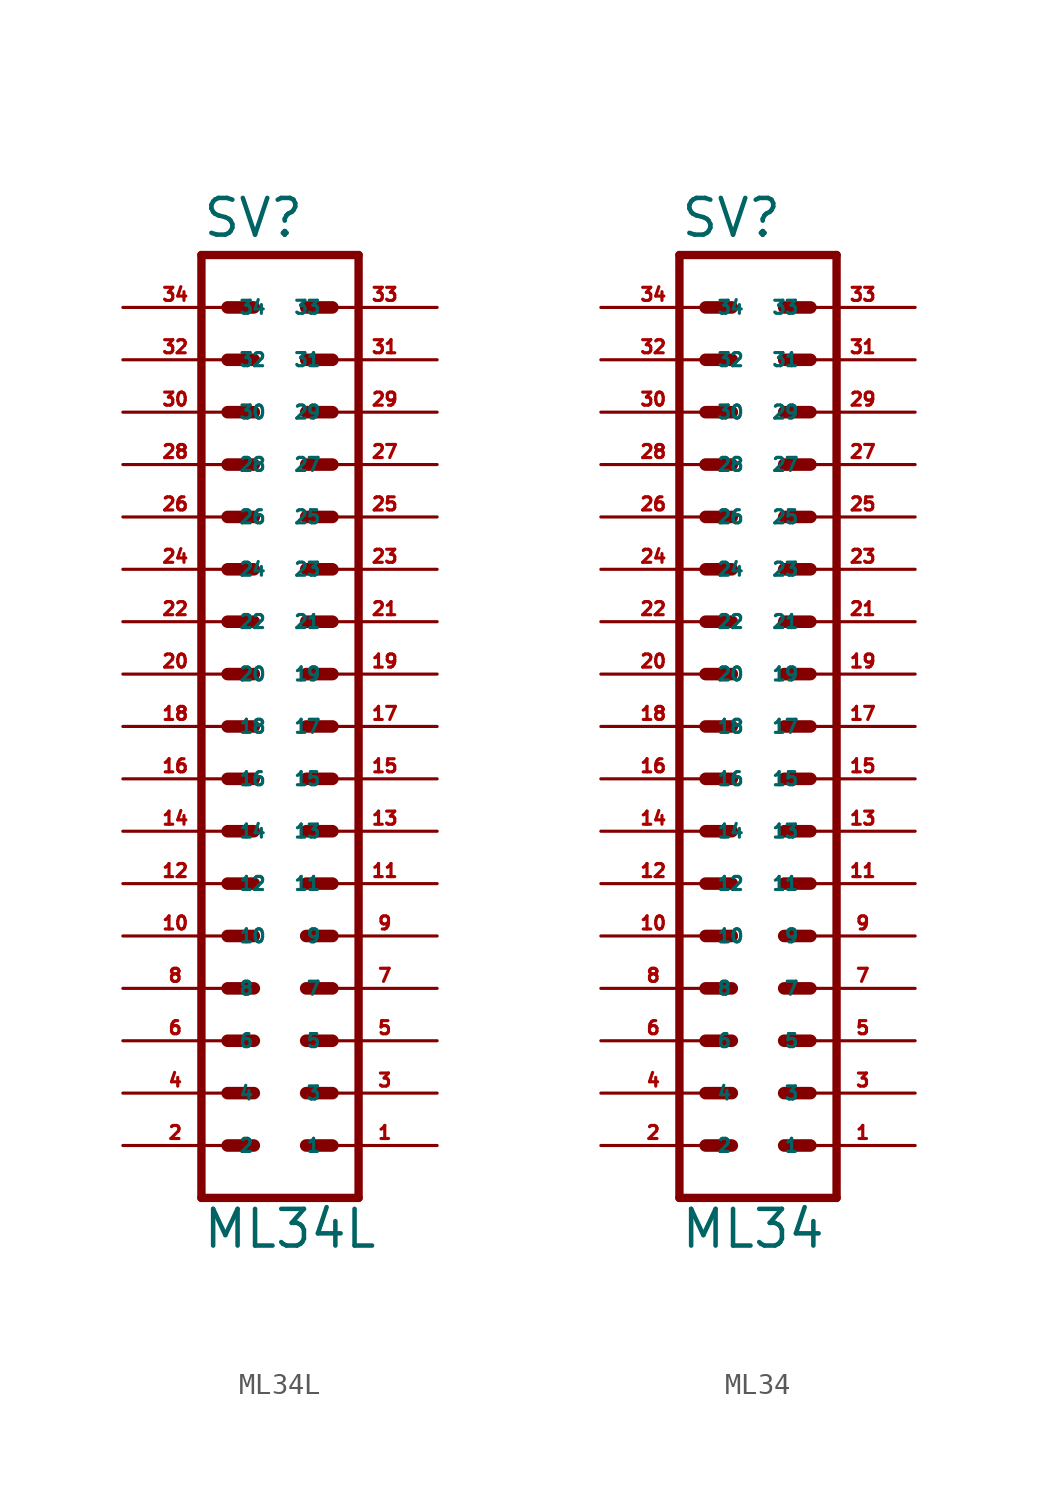
<source format=kicad_sym>
(kicad_symbol_lib
  (version 20220914)
  (generator Eagle2Kicad)
  (symbol "ML34L"
    (property "Reference" "SV"
      (at -3.81 23.622 0)
      (effects (font (size 1.778 1.778) (thickness 0.22)) (justify left bottom)))
    (property "Value" "ML34L"
      (at -3.81 -25.4 0)
      (effects (font (size 1.778 1.778) (thickness 0.22)) (justify left bottom)))
    (polyline
      (pts (xy 3.81 -22.86) (xy -3.81 -22.86))
      (stroke (width 0.406) (type default))
      (fill (type none)))
    (polyline
      (pts (xy -3.81 22.86) (xy -3.81 -22.86))
      (stroke (width 0.406) (type default))
      (fill (type none)))
    (polyline
      (pts (xy -3.81 22.86) (xy 3.81 22.86))
      (stroke (width 0.406) (type default))
      (fill (type none)))
    (polyline
      (pts (xy 3.81 -22.86) (xy 3.81 22.86))
      (stroke (width 0.406) (type default))
      (fill (type none)))
    (polyline
      (pts (xy 1.27 -10.16) (xy 2.54 -10.16))
      (stroke (width 0.61) (type default))
      (fill (type none)))
    (polyline
      (pts (xy 1.27 -12.7) (xy 2.54 -12.7))
      (stroke (width 0.61) (type default))
      (fill (type none)))
    (polyline
      (pts (xy 1.27 -15.24) (xy 2.54 -15.24))
      (stroke (width 0.61) (type default))
      (fill (type none)))
    (polyline
      (pts (xy 1.27 -17.78) (xy 2.54 -17.78))
      (stroke (width 0.61) (type default))
      (fill (type none)))
    (polyline
      (pts (xy 1.27 -20.32) (xy 2.54 -20.32))
      (stroke (width 0.61) (type default))
      (fill (type none)))
    (polyline
      (pts (xy -2.54 -10.16) (xy -1.27 -10.16))
      (stroke (width 0.61) (type default))
      (fill (type none)))
    (polyline
      (pts (xy -2.54 -12.7) (xy -1.27 -12.7))
      (stroke (width 0.61) (type default))
      (fill (type none)))
    (polyline
      (pts (xy -2.54 -15.24) (xy -1.27 -15.24))
      (stroke (width 0.61) (type default))
      (fill (type none)))
    (polyline
      (pts (xy -2.54 -17.78) (xy -1.27 -17.78))
      (stroke (width 0.61) (type default))
      (fill (type none)))
    (polyline
      (pts (xy -2.54 -20.32) (xy -1.27 -20.32))
      (stroke (width 0.61) (type default))
      (fill (type none)))
    (polyline
      (pts (xy 1.27 -7.62) (xy 2.54 -7.62))
      (stroke (width 0.61) (type default))
      (fill (type none)))
    (polyline
      (pts (xy 1.27 -5.08) (xy 2.54 -5.08))
      (stroke (width 0.61) (type default))
      (fill (type none)))
    (polyline
      (pts (xy 1.27 -2.54) (xy 2.54 -2.54))
      (stroke (width 0.61) (type default))
      (fill (type none)))
    (polyline
      (pts (xy 1.27 0) (xy 2.54 0))
      (stroke (width 0.61) (type default))
      (fill (type none)))
    (polyline
      (pts (xy 1.27 2.54) (xy 2.54 2.54))
      (stroke (width 0.61) (type default))
      (fill (type none)))
    (polyline
      (pts (xy -2.54 -7.62) (xy -1.27 -7.62))
      (stroke (width 0.61) (type default))
      (fill (type none)))
    (polyline
      (pts (xy -2.54 -5.08) (xy -1.27 -5.08))
      (stroke (width 0.61) (type default))
      (fill (type none)))
    (polyline
      (pts (xy -2.54 -2.54) (xy -1.27 -2.54))
      (stroke (width 0.61) (type default))
      (fill (type none)))
    (polyline
      (pts (xy -2.54 0) (xy -1.27 0))
      (stroke (width 0.61) (type default))
      (fill (type none)))
    (polyline
      (pts (xy -2.54 2.54) (xy -1.27 2.54))
      (stroke (width 0.61) (type default))
      (fill (type none)))
    (polyline
      (pts (xy 1.27 5.08) (xy 2.54 5.08))
      (stroke (width 0.61) (type default))
      (fill (type none)))
    (polyline
      (pts (xy 1.27 7.62) (xy 2.54 7.62))
      (stroke (width 0.61) (type default))
      (fill (type none)))
    (polyline
      (pts (xy 1.27 10.16) (xy 2.54 10.16))
      (stroke (width 0.61) (type default))
      (fill (type none)))
    (polyline
      (pts (xy -2.54 5.08) (xy -1.27 5.08))
      (stroke (width 0.61) (type default))
      (fill (type none)))
    (polyline
      (pts (xy -2.54 7.62) (xy -1.27 7.62))
      (stroke (width 0.61) (type default))
      (fill (type none)))
    (polyline
      (pts (xy -2.54 10.16) (xy -1.27 10.16))
      (stroke (width 0.61) (type default))
      (fill (type none)))
    (polyline
      (pts (xy 1.27 12.7) (xy 2.54 12.7))
      (stroke (width 0.61) (type default))
      (fill (type none)))
    (polyline
      (pts (xy 1.27 15.24) (xy 2.54 15.24))
      (stroke (width 0.61) (type default))
      (fill (type none)))
    (polyline
      (pts (xy 1.27 17.78) (xy 2.54 17.78))
      (stroke (width 0.61) (type default))
      (fill (type none)))
    (polyline
      (pts (xy 1.27 20.32) (xy 2.54 20.32))
      (stroke (width 0.61) (type default))
      (fill (type none)))
    (polyline
      (pts (xy -2.54 12.7) (xy -1.27 12.7))
      (stroke (width 0.61) (type default))
      (fill (type none)))
    (polyline
      (pts (xy -2.54 15.24) (xy -1.27 15.24))
      (stroke (width 0.61) (type default))
      (fill (type none)))
    (polyline
      (pts (xy -2.54 17.78) (xy -1.27 17.78))
      (stroke (width 0.61) (type default))
      (fill (type none)))
    (polyline
      (pts (xy -2.54 20.32) (xy -1.27 20.32))
      (stroke (width 0.61) (type default))
      (fill (type none)))
    (pin passive line
      (at 7.62 -20.32 180)
      (length 5.08)
      (name "1" (effects (font (size 0.635 0.635) (thickness 0.08)) (justify left bottom)))
      (number "1" (effects (font (size 0.635 0.635) (thickness 0.08)) (justify left bottom))))
    (pin passive line
      (at 7.62 -17.78 180)
      (length 5.08)
      (name "3" (effects (font (size 0.635 0.635) (thickness 0.08)) (justify left bottom)))
      (number "3" (effects (font (size 0.635 0.635) (thickness 0.08)) (justify left bottom))))
    (pin passive line
      (at 7.62 -15.24 180)
      (length 5.08)
      (name "5" (effects (font (size 0.635 0.635) (thickness 0.08)) (justify left bottom)))
      (number "5" (effects (font (size 0.635 0.635) (thickness 0.08)) (justify left bottom))))
    (pin passive line
      (at 7.62 -12.7 180)
      (length 5.08)
      (name "7" (effects (font (size 0.635 0.635) (thickness 0.08)) (justify left bottom)))
      (number "7" (effects (font (size 0.635 0.635) (thickness 0.08)) (justify left bottom))))
    (pin passive line
      (at 7.62 -10.16 180)
      (length 5.08)
      (name "9" (effects (font (size 0.635 0.635) (thickness 0.08)) (justify left bottom)))
      (number "9" (effects (font (size 0.635 0.635) (thickness 0.08)) (justify left bottom))))
    (pin passive line
      (at 7.62 -7.62 180)
      (length 5.08)
      (name "11" (effects (font (size 0.635 0.635) (thickness 0.08)) (justify left bottom)))
      (number "11" (effects (font (size 0.635 0.635) (thickness 0.08)) (justify left bottom))))
    (pin passive line
      (at 7.62 -5.08 180)
      (length 5.08)
      (name "13" (effects (font (size 0.635 0.635) (thickness 0.08)) (justify left bottom)))
      (number "13" (effects (font (size 0.635 0.635) (thickness 0.08)) (justify left bottom))))
    (pin passive line
      (at 7.62 -2.54 180)
      (length 5.08)
      (name "15" (effects (font (size 0.635 0.635) (thickness 0.08)) (justify left bottom)))
      (number "15" (effects (font (size 0.635 0.635) (thickness 0.08)) (justify left bottom))))
    (pin passive line
      (at 7.62 0 180)
      (length 5.08)
      (name "17" (effects (font (size 0.635 0.635) (thickness 0.08)) (justify left bottom)))
      (number "17" (effects (font (size 0.635 0.635) (thickness 0.08)) (justify left bottom))))
    (pin passive line
      (at 7.62 2.54 180)
      (length 5.08)
      (name "19" (effects (font (size 0.635 0.635) (thickness 0.08)) (justify left bottom)))
      (number "19" (effects (font (size 0.635 0.635) (thickness 0.08)) (justify left bottom))))
    (pin passive line
      (at 7.62 5.08 180)
      (length 5.08)
      (name "21" (effects (font (size 0.635 0.635) (thickness 0.08)) (justify left bottom)))
      (number "21" (effects (font (size 0.635 0.635) (thickness 0.08)) (justify left bottom))))
    (pin passive line
      (at 7.62 7.62 180)
      (length 5.08)
      (name "23" (effects (font (size 0.635 0.635) (thickness 0.08)) (justify left bottom)))
      (number "23" (effects (font (size 0.635 0.635) (thickness 0.08)) (justify left bottom))))
    (pin passive line
      (at 7.62 10.16 180)
      (length 5.08)
      (name "25" (effects (font (size 0.635 0.635) (thickness 0.08)) (justify left bottom)))
      (number "25" (effects (font (size 0.635 0.635) (thickness 0.08)) (justify left bottom))))
    (pin passive line
      (at 7.62 12.7 180)
      (length 5.08)
      (name "27" (effects (font (size 0.635 0.635) (thickness 0.08)) (justify left bottom)))
      (number "27" (effects (font (size 0.635 0.635) (thickness 0.08)) (justify left bottom))))
    (pin passive line
      (at 7.62 15.24 180)
      (length 5.08)
      (name "29" (effects (font (size 0.635 0.635) (thickness 0.08)) (justify left bottom)))
      (number "29" (effects (font (size 0.635 0.635) (thickness 0.08)) (justify left bottom))))
    (pin passive line
      (at 7.62 17.78 180)
      (length 5.08)
      (name "31" (effects (font (size 0.635 0.635) (thickness 0.08)) (justify left bottom)))
      (number "31" (effects (font (size 0.635 0.635) (thickness 0.08)) (justify left bottom))))
    (pin passive line
      (at 7.62 20.32 180)
      (length 5.08)
      (name "33" (effects (font (size 0.635 0.635) (thickness 0.08)) (justify left bottom)))
      (number "33" (effects (font (size 0.635 0.635) (thickness 0.08)) (justify left bottom))))
    (pin passive line
      (at -7.62 -20.32 0)
      (length 5.08)
      (name "2" (effects (font (size 0.635 0.635) (thickness 0.08)) (justify left bottom)))
      (number "2" (effects (font (size 0.635 0.635) (thickness 0.08)) (justify left bottom))))
    (pin passive line
      (at -7.62 -17.78 0)
      (length 5.08)
      (name "4" (effects (font (size 0.635 0.635) (thickness 0.08)) (justify left bottom)))
      (number "4" (effects (font (size 0.635 0.635) (thickness 0.08)) (justify left bottom))))
    (pin passive line
      (at -7.62 -15.24 0)
      (length 5.08)
      (name "6" (effects (font (size 0.635 0.635) (thickness 0.08)) (justify left bottom)))
      (number "6" (effects (font (size 0.635 0.635) (thickness 0.08)) (justify left bottom))))
    (pin passive line
      (at -7.62 -12.7 0)
      (length 5.08)
      (name "8" (effects (font (size 0.635 0.635) (thickness 0.08)) (justify left bottom)))
      (number "8" (effects (font (size 0.635 0.635) (thickness 0.08)) (justify left bottom))))
    (pin passive line
      (at -7.62 -10.16 0)
      (length 5.08)
      (name "10" (effects (font (size 0.635 0.635) (thickness 0.08)) (justify left bottom)))
      (number "10" (effects (font (size 0.635 0.635) (thickness 0.08)) (justify left bottom))))
    (pin passive line
      (at -7.62 -7.62 0)
      (length 5.08)
      (name "12" (effects (font (size 0.635 0.635) (thickness 0.08)) (justify left bottom)))
      (number "12" (effects (font (size 0.635 0.635) (thickness 0.08)) (justify left bottom))))
    (pin passive line
      (at -7.62 -5.08 0)
      (length 5.08)
      (name "14" (effects (font (size 0.635 0.635) (thickness 0.08)) (justify left bottom)))
      (number "14" (effects (font (size 0.635 0.635) (thickness 0.08)) (justify left bottom))))
    (pin passive line
      (at -7.62 -2.54 0)
      (length 5.08)
      (name "16" (effects (font (size 0.635 0.635) (thickness 0.08)) (justify left bottom)))
      (number "16" (effects (font (size 0.635 0.635) (thickness 0.08)) (justify left bottom))))
    (pin passive line
      (at -7.62 0 0)
      (length 5.08)
      (name "18" (effects (font (size 0.635 0.635) (thickness 0.08)) (justify left bottom)))
      (number "18" (effects (font (size 0.635 0.635) (thickness 0.08)) (justify left bottom))))
    (pin passive line
      (at -7.62 2.54 0)
      (length 5.08)
      (name "20" (effects (font (size 0.635 0.635) (thickness 0.08)) (justify left bottom)))
      (number "20" (effects (font (size 0.635 0.635) (thickness 0.08)) (justify left bottom))))
    (pin passive line
      (at -7.62 5.08 0)
      (length 5.08)
      (name "22" (effects (font (size 0.635 0.635) (thickness 0.08)) (justify left bottom)))
      (number "22" (effects (font (size 0.635 0.635) (thickness 0.08)) (justify left bottom))))
    (pin passive line
      (at -7.62 7.62 0)
      (length 5.08)
      (name "24" (effects (font (size 0.635 0.635) (thickness 0.08)) (justify left bottom)))
      (number "24" (effects (font (size 0.635 0.635) (thickness 0.08)) (justify left bottom))))
    (pin passive line
      (at -7.62 10.16 0)
      (length 5.08)
      (name "26" (effects (font (size 0.635 0.635) (thickness 0.08)) (justify left bottom)))
      (number "26" (effects (font (size 0.635 0.635) (thickness 0.08)) (justify left bottom))))
    (pin passive line
      (at -7.62 12.7 0)
      (length 5.08)
      (name "28" (effects (font (size 0.635 0.635) (thickness 0.08)) (justify left bottom)))
      (number "28" (effects (font (size 0.635 0.635) (thickness 0.08)) (justify left bottom))))
    (pin passive line
      (at -7.62 15.24 0)
      (length 5.08)
      (name "30" (effects (font (size 0.635 0.635) (thickness 0.08)) (justify left bottom)))
      (number "30" (effects (font (size 0.635 0.635) (thickness 0.08)) (justify left bottom))))
    (pin passive line
      (at -7.62 17.78 0)
      (length 5.08)
      (name "32" (effects (font (size 0.635 0.635) (thickness 0.08)) (justify left bottom)))
      (number "32" (effects (font (size 0.635 0.635) (thickness 0.08)) (justify left bottom))))
    (pin passive line
      (at -7.62 20.32 0)
      (length 5.08)
      (name "34" (effects (font (size 0.635 0.635) (thickness 0.08)) (justify left bottom)))
      (number "34" (effects (font (size 0.635 0.635) (thickness 0.08)) (justify left bottom)))))
  (symbol "ML34"
    (property "Reference" "SV"
      (at -3.81 23.622 0)
      (effects (font (size 1.778 1.778) (thickness 0.22)) (justify left bottom)))
    (property "Value" "ML34"
      (at -3.81 -25.4 0)
      (effects (font (size 1.778 1.778) (thickness 0.22)) (justify left bottom)))
    (polyline
      (pts (xy 3.81 -22.86) (xy -3.81 -22.86))
      (stroke (width 0.406) (type default))
      (fill (type none)))
    (polyline
      (pts (xy -3.81 22.86) (xy -3.81 -22.86))
      (stroke (width 0.406) (type default))
      (fill (type none)))
    (polyline
      (pts (xy -3.81 22.86) (xy 3.81 22.86))
      (stroke (width 0.406) (type default))
      (fill (type none)))
    (polyline
      (pts (xy 3.81 -22.86) (xy 3.81 22.86))
      (stroke (width 0.406) (type default))
      (fill (type none)))
    (polyline
      (pts (xy 1.27 -10.16) (xy 2.54 -10.16))
      (stroke (width 0.61) (type default))
      (fill (type none)))
    (polyline
      (pts (xy 1.27 -12.7) (xy 2.54 -12.7))
      (stroke (width 0.61) (type default))
      (fill (type none)))
    (polyline
      (pts (xy 1.27 -15.24) (xy 2.54 -15.24))
      (stroke (width 0.61) (type default))
      (fill (type none)))
    (polyline
      (pts (xy 1.27 -17.78) (xy 2.54 -17.78))
      (stroke (width 0.61) (type default))
      (fill (type none)))
    (polyline
      (pts (xy 1.27 -20.32) (xy 2.54 -20.32))
      (stroke (width 0.61) (type default))
      (fill (type none)))
    (polyline
      (pts (xy -2.54 -10.16) (xy -1.27 -10.16))
      (stroke (width 0.61) (type default))
      (fill (type none)))
    (polyline
      (pts (xy -2.54 -12.7) (xy -1.27 -12.7))
      (stroke (width 0.61) (type default))
      (fill (type none)))
    (polyline
      (pts (xy -2.54 -15.24) (xy -1.27 -15.24))
      (stroke (width 0.61) (type default))
      (fill (type none)))
    (polyline
      (pts (xy -2.54 -17.78) (xy -1.27 -17.78))
      (stroke (width 0.61) (type default))
      (fill (type none)))
    (polyline
      (pts (xy -2.54 -20.32) (xy -1.27 -20.32))
      (stroke (width 0.61) (type default))
      (fill (type none)))
    (polyline
      (pts (xy 1.27 -7.62) (xy 2.54 -7.62))
      (stroke (width 0.61) (type default))
      (fill (type none)))
    (polyline
      (pts (xy 1.27 -5.08) (xy 2.54 -5.08))
      (stroke (width 0.61) (type default))
      (fill (type none)))
    (polyline
      (pts (xy 1.27 -2.54) (xy 2.54 -2.54))
      (stroke (width 0.61) (type default))
      (fill (type none)))
    (polyline
      (pts (xy 1.27 0) (xy 2.54 0))
      (stroke (width 0.61) (type default))
      (fill (type none)))
    (polyline
      (pts (xy 1.27 2.54) (xy 2.54 2.54))
      (stroke (width 0.61) (type default))
      (fill (type none)))
    (polyline
      (pts (xy -2.54 -7.62) (xy -1.27 -7.62))
      (stroke (width 0.61) (type default))
      (fill (type none)))
    (polyline
      (pts (xy -2.54 -5.08) (xy -1.27 -5.08))
      (stroke (width 0.61) (type default))
      (fill (type none)))
    (polyline
      (pts (xy -2.54 -2.54) (xy -1.27 -2.54))
      (stroke (width 0.61) (type default))
      (fill (type none)))
    (polyline
      (pts (xy -2.54 0) (xy -1.27 0))
      (stroke (width 0.61) (type default))
      (fill (type none)))
    (polyline
      (pts (xy -2.54 2.54) (xy -1.27 2.54))
      (stroke (width 0.61) (type default))
      (fill (type none)))
    (polyline
      (pts (xy 1.27 5.08) (xy 2.54 5.08))
      (stroke (width 0.61) (type default))
      (fill (type none)))
    (polyline
      (pts (xy 1.27 7.62) (xy 2.54 7.62))
      (stroke (width 0.61) (type default))
      (fill (type none)))
    (polyline
      (pts (xy 1.27 10.16) (xy 2.54 10.16))
      (stroke (width 0.61) (type default))
      (fill (type none)))
    (polyline
      (pts (xy -2.54 5.08) (xy -1.27 5.08))
      (stroke (width 0.61) (type default))
      (fill (type none)))
    (polyline
      (pts (xy -2.54 7.62) (xy -1.27 7.62))
      (stroke (width 0.61) (type default))
      (fill (type none)))
    (polyline
      (pts (xy -2.54 10.16) (xy -1.27 10.16))
      (stroke (width 0.61) (type default))
      (fill (type none)))
    (polyline
      (pts (xy 1.27 12.7) (xy 2.54 12.7))
      (stroke (width 0.61) (type default))
      (fill (type none)))
    (polyline
      (pts (xy 1.27 15.24) (xy 2.54 15.24))
      (stroke (width 0.61) (type default))
      (fill (type none)))
    (polyline
      (pts (xy 1.27 17.78) (xy 2.54 17.78))
      (stroke (width 0.61) (type default))
      (fill (type none)))
    (polyline
      (pts (xy 1.27 20.32) (xy 2.54 20.32))
      (stroke (width 0.61) (type default))
      (fill (type none)))
    (polyline
      (pts (xy -2.54 12.7) (xy -1.27 12.7))
      (stroke (width 0.61) (type default))
      (fill (type none)))
    (polyline
      (pts (xy -2.54 15.24) (xy -1.27 15.24))
      (stroke (width 0.61) (type default))
      (fill (type none)))
    (polyline
      (pts (xy -2.54 17.78) (xy -1.27 17.78))
      (stroke (width 0.61) (type default))
      (fill (type none)))
    (polyline
      (pts (xy -2.54 20.32) (xy -1.27 20.32))
      (stroke (width 0.61) (type default))
      (fill (type none)))
    (pin passive line
      (at 7.62 -20.32 180)
      (length 5.08)
      (name "1" (effects (font (size 0.635 0.635) (thickness 0.08)) (justify left bottom)))
      (number "1" (effects (font (size 0.635 0.635) (thickness 0.08)) (justify left bottom))))
    (pin passive line
      (at 7.62 -17.78 180)
      (length 5.08)
      (name "3" (effects (font (size 0.635 0.635) (thickness 0.08)) (justify left bottom)))
      (number "3" (effects (font (size 0.635 0.635) (thickness 0.08)) (justify left bottom))))
    (pin passive line
      (at 7.62 -15.24 180)
      (length 5.08)
      (name "5" (effects (font (size 0.635 0.635) (thickness 0.08)) (justify left bottom)))
      (number "5" (effects (font (size 0.635 0.635) (thickness 0.08)) (justify left bottom))))
    (pin passive line
      (at 7.62 -12.7 180)
      (length 5.08)
      (name "7" (effects (font (size 0.635 0.635) (thickness 0.08)) (justify left bottom)))
      (number "7" (effects (font (size 0.635 0.635) (thickness 0.08)) (justify left bottom))))
    (pin passive line
      (at 7.62 -10.16 180)
      (length 5.08)
      (name "9" (effects (font (size 0.635 0.635) (thickness 0.08)) (justify left bottom)))
      (number "9" (effects (font (size 0.635 0.635) (thickness 0.08)) (justify left bottom))))
    (pin passive line
      (at 7.62 -7.62 180)
      (length 5.08)
      (name "11" (effects (font (size 0.635 0.635) (thickness 0.08)) (justify left bottom)))
      (number "11" (effects (font (size 0.635 0.635) (thickness 0.08)) (justify left bottom))))
    (pin passive line
      (at 7.62 -5.08 180)
      (length 5.08)
      (name "13" (effects (font (size 0.635 0.635) (thickness 0.08)) (justify left bottom)))
      (number "13" (effects (font (size 0.635 0.635) (thickness 0.08)) (justify left bottom))))
    (pin passive line
      (at 7.62 -2.54 180)
      (length 5.08)
      (name "15" (effects (font (size 0.635 0.635) (thickness 0.08)) (justify left bottom)))
      (number "15" (effects (font (size 0.635 0.635) (thickness 0.08)) (justify left bottom))))
    (pin passive line
      (at 7.62 0 180)
      (length 5.08)
      (name "17" (effects (font (size 0.635 0.635) (thickness 0.08)) (justify left bottom)))
      (number "17" (effects (font (size 0.635 0.635) (thickness 0.08)) (justify left bottom))))
    (pin passive line
      (at 7.62 2.54 180)
      (length 5.08)
      (name "19" (effects (font (size 0.635 0.635) (thickness 0.08)) (justify left bottom)))
      (number "19" (effects (font (size 0.635 0.635) (thickness 0.08)) (justify left bottom))))
    (pin passive line
      (at 7.62 5.08 180)
      (length 5.08)
      (name "21" (effects (font (size 0.635 0.635) (thickness 0.08)) (justify left bottom)))
      (number "21" (effects (font (size 0.635 0.635) (thickness 0.08)) (justify left bottom))))
    (pin passive line
      (at 7.62 7.62 180)
      (length 5.08)
      (name "23" (effects (font (size 0.635 0.635) (thickness 0.08)) (justify left bottom)))
      (number "23" (effects (font (size 0.635 0.635) (thickness 0.08)) (justify left bottom))))
    (pin passive line
      (at 7.62 10.16 180)
      (length 5.08)
      (name "25" (effects (font (size 0.635 0.635) (thickness 0.08)) (justify left bottom)))
      (number "25" (effects (font (size 0.635 0.635) (thickness 0.08)) (justify left bottom))))
    (pin passive line
      (at 7.62 12.7 180)
      (length 5.08)
      (name "27" (effects (font (size 0.635 0.635) (thickness 0.08)) (justify left bottom)))
      (number "27" (effects (font (size 0.635 0.635) (thickness 0.08)) (justify left bottom))))
    (pin passive line
      (at 7.62 15.24 180)
      (length 5.08)
      (name "29" (effects (font (size 0.635 0.635) (thickness 0.08)) (justify left bottom)))
      (number "29" (effects (font (size 0.635 0.635) (thickness 0.08)) (justify left bottom))))
    (pin passive line
      (at 7.62 17.78 180)
      (length 5.08)
      (name "31" (effects (font (size 0.635 0.635) (thickness 0.08)) (justify left bottom)))
      (number "31" (effects (font (size 0.635 0.635) (thickness 0.08)) (justify left bottom))))
    (pin passive line
      (at 7.62 20.32 180)
      (length 5.08)
      (name "33" (effects (font (size 0.635 0.635) (thickness 0.08)) (justify left bottom)))
      (number "33" (effects (font (size 0.635 0.635) (thickness 0.08)) (justify left bottom))))
    (pin passive line
      (at -7.62 -20.32 0)
      (length 5.08)
      (name "2" (effects (font (size 0.635 0.635) (thickness 0.08)) (justify left bottom)))
      (number "2" (effects (font (size 0.635 0.635) (thickness 0.08)) (justify left bottom))))
    (pin passive line
      (at -7.62 -17.78 0)
      (length 5.08)
      (name "4" (effects (font (size 0.635 0.635) (thickness 0.08)) (justify left bottom)))
      (number "4" (effects (font (size 0.635 0.635) (thickness 0.08)) (justify left bottom))))
    (pin passive line
      (at -7.62 -15.24 0)
      (length 5.08)
      (name "6" (effects (font (size 0.635 0.635) (thickness 0.08)) (justify left bottom)))
      (number "6" (effects (font (size 0.635 0.635) (thickness 0.08)) (justify left bottom))))
    (pin passive line
      (at -7.62 -12.7 0)
      (length 5.08)
      (name "8" (effects (font (size 0.635 0.635) (thickness 0.08)) (justify left bottom)))
      (number "8" (effects (font (size 0.635 0.635) (thickness 0.08)) (justify left bottom))))
    (pin passive line
      (at -7.62 -10.16 0)
      (length 5.08)
      (name "10" (effects (font (size 0.635 0.635) (thickness 0.08)) (justify left bottom)))
      (number "10" (effects (font (size 0.635 0.635) (thickness 0.08)) (justify left bottom))))
    (pin passive line
      (at -7.62 -7.62 0)
      (length 5.08)
      (name "12" (effects (font (size 0.635 0.635) (thickness 0.08)) (justify left bottom)))
      (number "12" (effects (font (size 0.635 0.635) (thickness 0.08)) (justify left bottom))))
    (pin passive line
      (at -7.62 -5.08 0)
      (length 5.08)
      (name "14" (effects (font (size 0.635 0.635) (thickness 0.08)) (justify left bottom)))
      (number "14" (effects (font (size 0.635 0.635) (thickness 0.08)) (justify left bottom))))
    (pin passive line
      (at -7.62 -2.54 0)
      (length 5.08)
      (name "16" (effects (font (size 0.635 0.635) (thickness 0.08)) (justify left bottom)))
      (number "16" (effects (font (size 0.635 0.635) (thickness 0.08)) (justify left bottom))))
    (pin passive line
      (at -7.62 0 0)
      (length 5.08)
      (name "18" (effects (font (size 0.635 0.635) (thickness 0.08)) (justify left bottom)))
      (number "18" (effects (font (size 0.635 0.635) (thickness 0.08)) (justify left bottom))))
    (pin passive line
      (at -7.62 2.54 0)
      (length 5.08)
      (name "20" (effects (font (size 0.635 0.635) (thickness 0.08)) (justify left bottom)))
      (number "20" (effects (font (size 0.635 0.635) (thickness 0.08)) (justify left bottom))))
    (pin passive line
      (at -7.62 5.08 0)
      (length 5.08)
      (name "22" (effects (font (size 0.635 0.635) (thickness 0.08)) (justify left bottom)))
      (number "22" (effects (font (size 0.635 0.635) (thickness 0.08)) (justify left bottom))))
    (pin passive line
      (at -7.62 7.62 0)
      (length 5.08)
      (name "24" (effects (font (size 0.635 0.635) (thickness 0.08)) (justify left bottom)))
      (number "24" (effects (font (size 0.635 0.635) (thickness 0.08)) (justify left bottom))))
    (pin passive line
      (at -7.62 10.16 0)
      (length 5.08)
      (name "26" (effects (font (size 0.635 0.635) (thickness 0.08)) (justify left bottom)))
      (number "26" (effects (font (size 0.635 0.635) (thickness 0.08)) (justify left bottom))))
    (pin passive line
      (at -7.62 12.7 0)
      (length 5.08)
      (name "28" (effects (font (size 0.635 0.635) (thickness 0.08)) (justify left bottom)))
      (number "28" (effects (font (size 0.635 0.635) (thickness 0.08)) (justify left bottom))))
    (pin passive line
      (at -7.62 15.24 0)
      (length 5.08)
      (name "30" (effects (font (size 0.635 0.635) (thickness 0.08)) (justify left bottom)))
      (number "30" (effects (font (size 0.635 0.635) (thickness 0.08)) (justify left bottom))))
    (pin passive line
      (at -7.62 17.78 0)
      (length 5.08)
      (name "32" (effects (font (size 0.635 0.635) (thickness 0.08)) (justify left bottom)))
      (number "32" (effects (font (size 0.635 0.635) (thickness 0.08)) (justify left bottom))))
    (pin passive line
      (at -7.62 20.32 0)
      (length 5.08)
      (name "34" (effects (font (size 0.635 0.635) (thickness 0.08)) (justify left bottom)))
      (number "34" (effects (font (size 0.635 0.635) (thickness 0.08)) (justify left bottom))))))
</source>
